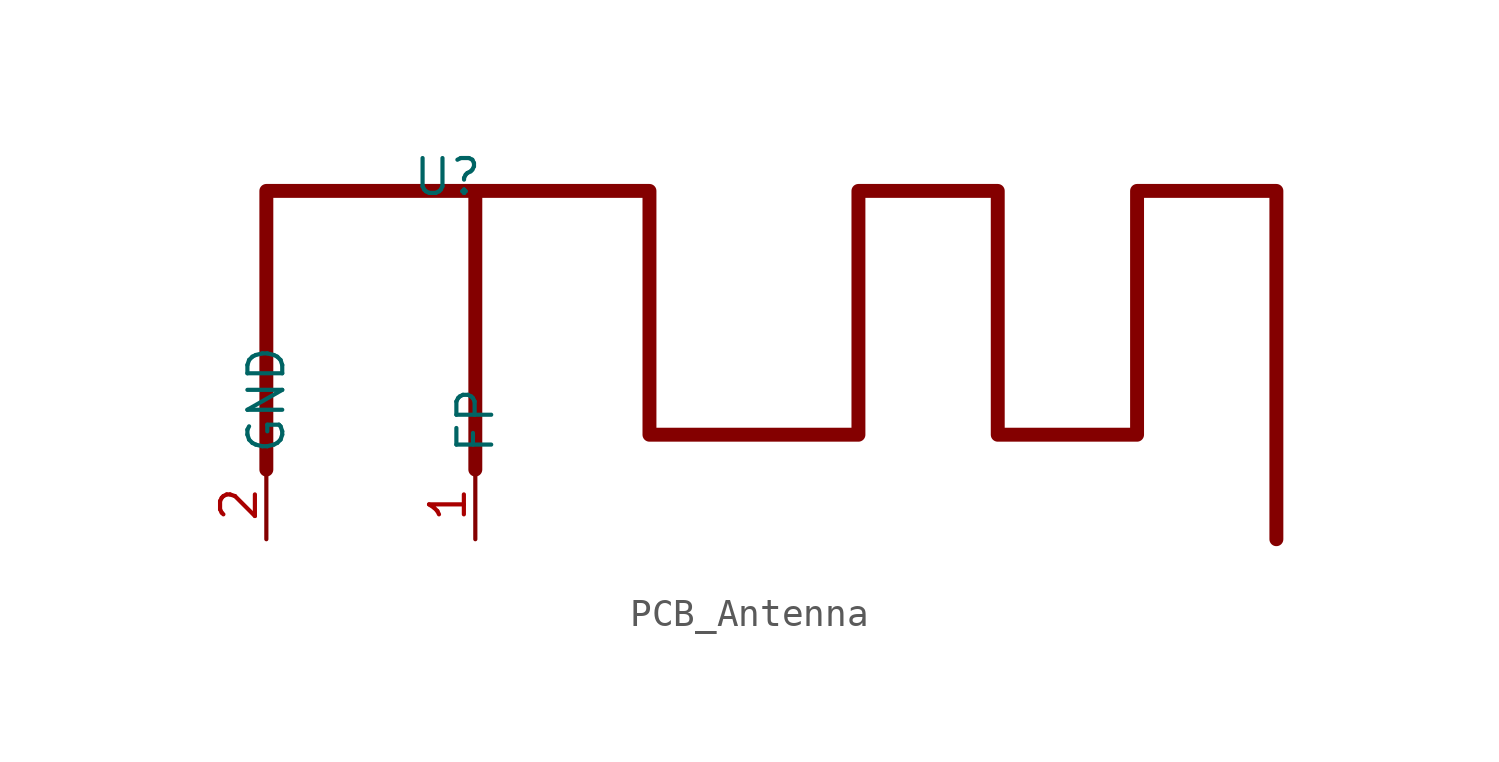
<source format=kicad_sym>
(kicad_symbol_lib
  (version 20231120)
  (generator "kicad_symbol_editor")
  (generator_version "8.0")
  (symbol "PCB_Antenna"
    (property "Reference" "U"
      (at -13.716 5.588 0)
      (effects (font (size 1.27 1.27))))
    (property "Value" ""
      (at -11.43 0 0)
      (effects (font (size 1.27 1.27))))
    (symbol "PCB_Antenna_1_1"
      (polyline (pts (xy -12.7 -5.08) (xy -12.7 5.08)) (stroke (width 0.508) (type default)) (fill (type none)))
      (polyline (pts (xy -20.32 -5.08) (xy -20.32 5.08) (xy -6.35 5.08) (xy -6.35 -3.81) (xy 1.27 -3.81) (xy 1.27 5.08) (xy 6.35 5.08) (xy 6.35 -3.81) (xy 11.43 -3.81) (xy 11.43 5.08) (xy 16.51 5.08) (xy 16.51 -7.62)) (stroke (width 0.508) (type default)) (fill (type none)))
      (pin input line (at -12.7 -7.62 90) (length 2.54) (name "FP" (effects (font (size 1.27 1.27)))) (number "1" (effects (font (size 1.27 1.27)))))
      (pin input line (at -20.32 -7.62 90) (length 2.54) (name "GND" (effects (font (size 1.27 1.27)))) (number "2" (effects (font (size 1.27 1.27))))))))
</source>
